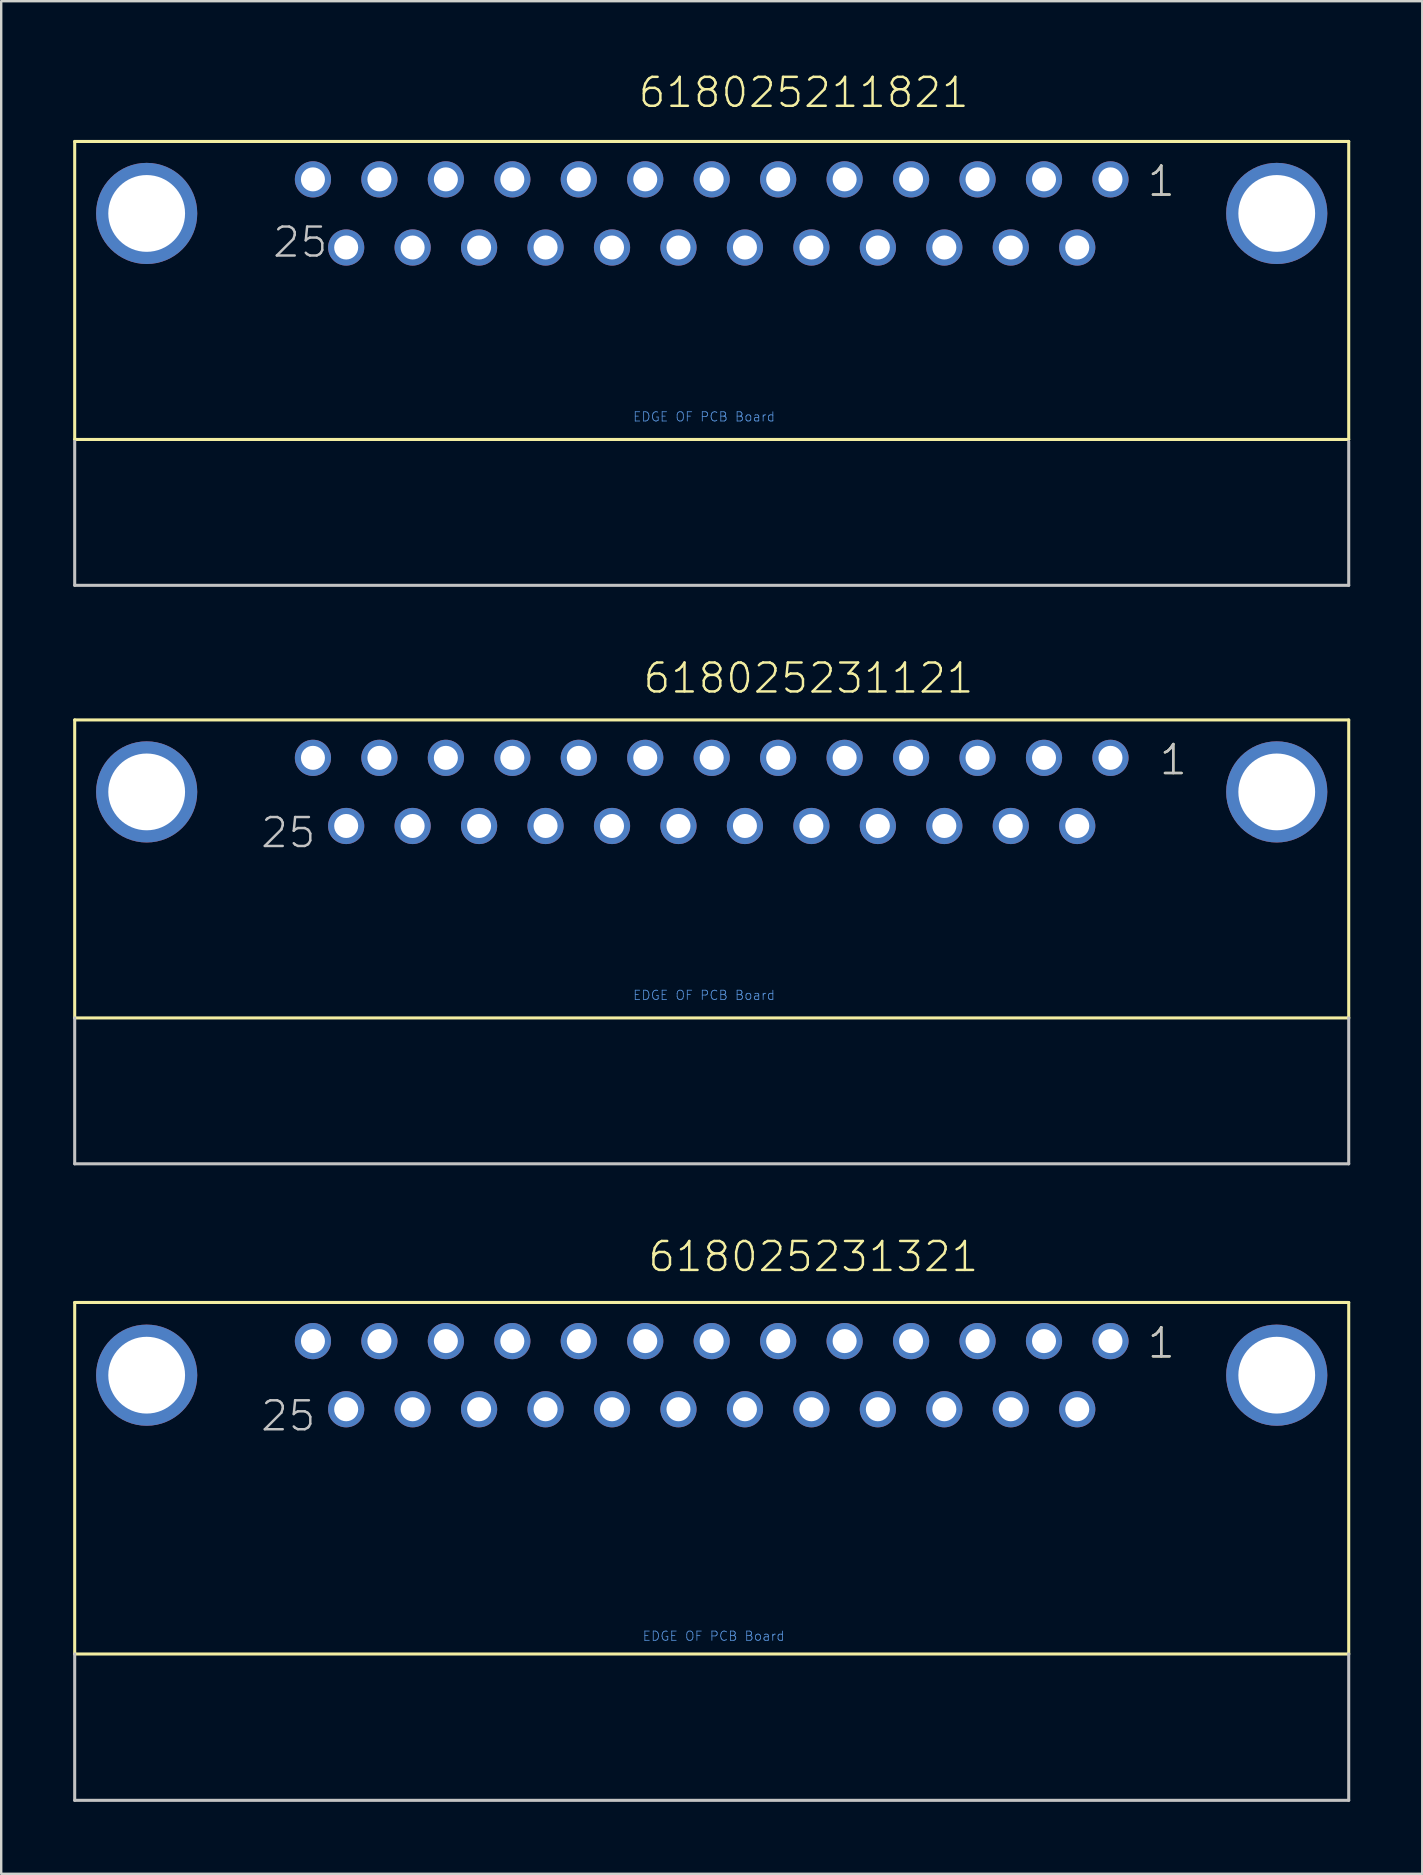
<source format=kicad_pcb>
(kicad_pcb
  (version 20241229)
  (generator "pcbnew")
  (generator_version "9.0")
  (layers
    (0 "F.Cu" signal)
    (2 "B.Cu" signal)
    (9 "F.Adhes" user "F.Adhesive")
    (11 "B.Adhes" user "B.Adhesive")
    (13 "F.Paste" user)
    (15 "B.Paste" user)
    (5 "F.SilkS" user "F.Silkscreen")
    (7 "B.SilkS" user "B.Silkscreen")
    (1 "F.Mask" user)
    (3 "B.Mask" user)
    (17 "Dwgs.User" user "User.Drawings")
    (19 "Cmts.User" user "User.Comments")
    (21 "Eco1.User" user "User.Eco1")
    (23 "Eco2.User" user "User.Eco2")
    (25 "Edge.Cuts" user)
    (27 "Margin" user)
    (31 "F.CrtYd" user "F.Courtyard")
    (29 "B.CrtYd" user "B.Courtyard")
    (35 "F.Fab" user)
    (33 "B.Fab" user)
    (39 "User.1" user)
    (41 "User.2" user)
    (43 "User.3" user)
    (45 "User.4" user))
  (footprint "618025231121"
    (layer "F.Cu")
    (at 26.613 29.956)
    (property "Reference" "618025231121" (at -2.925 -4.035 0) (layer "F.SilkS") (effects (font (size 1.206 1.206) (thickness 0.102)) (justify left bottom)))
    (attr through_hole)
    (fp_line (start -26.55 -3) (end 26.55 -3) (stroke (width 0.127) (type solid)) (layer "F.SilkS"))
    (fp_line (start -26.55 9.42) (end -26.55 -3) (stroke (width 0.127) (type solid)) (layer "F.SilkS"))
    (fp_line (start 26.55 -3) (end 26.55 9.42) (stroke (width 0.127) (type solid)) (layer "F.SilkS"))
    (fp_line (start 26.55 9.42) (end -26.55 9.42) (stroke (width 0.127) (type solid)) (layer "F.SilkS"))
    (fp_line (start -26.55 15.5) (end -26.55 9.42) (stroke (width 0.127) (type solid)) (layer "Dwgs.User"))
    (fp_line (start 26.55 9.42) (end 26.55 15.5) (stroke (width 0.127) (type solid)) (layer "Dwgs.User"))
    (fp_line (start 26.55 15.5) (end -26.55 15.5) (stroke (width 0.127) (type solid)) (layer "Dwgs.User"))
    (fp_text user "1" (at 18.595 -0.635 0) (layer "F.SilkS") (effects (font (size 1.206 1.206) (thickness 0.102)) (justify left bottom)))
    (fp_text user "1" (at 18.595 -0.635 0) (layer "Dwgs.User") (effects (font (size 1.206 1.206) (thickness 0.102)) (justify left bottom)))
    (fp_text user "25" (at -18.865 2.405 0) (layer "Dwgs.User") (effects (font (size 1.206 1.206) (thickness 0.102)) (justify left bottom)))
    (fp_text user "EDGE OF PCB Board" (at -3.3 8.7 0) (layer "Cmts.User") (effects (font (size 0.386 0.386) (thickness 0.033)) (justify left bottom)))
    (pad "1" thru_hole circle (at 16.62 -1.42) (size 1.508 1.508) (drill 1) (layers "*.Cu" "*.Mask"))
    (pad "2" thru_hole circle (at 13.85 -1.42) (size 1.508 1.508) (drill 1) (layers "*.Cu" "*.Mask"))
    (pad "3" thru_hole circle (at 11.08 -1.42) (size 1.508 1.508) (drill 1) (layers "*.Cu" "*.Mask"))
    (pad "4" thru_hole circle (at 8.31 -1.42) (size 1.508 1.508) (drill 1) (layers "*.Cu" "*.Mask"))
    (pad "5" thru_hole circle (at 5.54 -1.42) (size 1.508 1.508) (drill 1) (layers "*.Cu" "*.Mask"))
    (pad "6" thru_hole circle (at 2.77 -1.42) (size 1.508 1.508) (drill 1) (layers "*.Cu" "*.Mask"))
    (pad "7" thru_hole circle (at 0 -1.42) (size 1.508 1.508) (drill 1) (layers "*.Cu" "*.Mask"))
    (pad "8" thru_hole circle (at -2.77 -1.42) (size 1.508 1.508) (drill 1) (layers "*.Cu" "*.Mask"))
    (pad "9" thru_hole circle (at -5.54 -1.42) (size 1.508 1.508) (drill 1) (layers "*.Cu" "*.Mask"))
    (pad "10" thru_hole circle (at -8.31 -1.42) (size 1.508 1.508) (drill 1) (layers "*.Cu" "*.Mask"))
    (pad "11" thru_hole circle (at -11.08 -1.42) (size 1.508 1.508) (drill 1) (layers "*.Cu" "*.Mask"))
    (pad "12" thru_hole circle (at -13.85 -1.42) (size 1.508 1.508) (drill 1) (layers "*.Cu" "*.Mask"))
    (pad "13" thru_hole circle (at -16.62 -1.42) (size 1.508 1.508) (drill 1) (layers "*.Cu" "*.Mask"))
    (pad "14" thru_hole circle (at 15.235 1.42) (size 1.508 1.508) (drill 1) (layers "*.Cu" "*.Mask"))
    (pad "15" thru_hole circle (at 12.465 1.42) (size 1.508 1.508) (drill 1) (layers "*.Cu" "*.Mask"))
    (pad "16" thru_hole circle (at 9.695 1.42) (size 1.508 1.508) (drill 1) (layers "*.Cu" "*.Mask"))
    (pad "17" thru_hole circle (at 6.925 1.42) (size 1.508 1.508) (drill 1) (layers "*.Cu" "*.Mask"))
    (pad "18" thru_hole circle (at 4.155 1.42) (size 1.508 1.508) (drill 1) (layers "*.Cu" "*.Mask"))
    (pad "19" thru_hole circle (at 1.385 1.42) (size 1.508 1.508) (drill 1) (layers "*.Cu" "*.Mask"))
    (pad "20" thru_hole circle (at -1.385 1.42) (size 1.508 1.508) (drill 1) (layers "*.Cu" "*.Mask"))
    (pad "21" thru_hole circle (at -4.155 1.42) (size 1.508 1.508) (drill 1) (layers "*.Cu" "*.Mask"))
    (pad "22" thru_hole circle (at -6.925 1.42) (size 1.508 1.508) (drill 1) (layers "*.Cu" "*.Mask"))
    (pad "23" thru_hole circle (at -9.695 1.42) (size 1.508 1.508) (drill 1) (layers "*.Cu" "*.Mask"))
    (pad "24" thru_hole circle (at -12.465 1.42) (size 1.508 1.508) (drill 1) (layers "*.Cu" "*.Mask"))
    (pad "25" thru_hole circle (at -15.235 1.42) (size 1.508 1.508) (drill 1) (layers "*.Cu" "*.Mask"))
    (pad "SHEL" thru_hole circle (at -23.55 0) (size 4.216 4.216) (drill 3.2) (layers "*.Cu" "*.Mask"))
    (pad "SHEL" thru_hole circle (at 23.55 0) (size 4.216 4.216) (drill 3.2) (layers "*.Cu" "*.Mask")))
  (footprint "618025231321"
    (layer "F.Cu")
    (at 26.613 54.266)
    (property "Reference" "618025231321" (at -2.725 -4.235 0) (layer "F.SilkS") (effects (font (size 1.206 1.206) (thickness 0.102)) (justify left bottom)))
    (attr through_hole)
    (fp_line (start -26.55 -3.03) (end 26.55 -3.03) (stroke (width 0.127) (type solid)) (layer "F.SilkS"))
    (fp_line (start -26.55 11.62) (end -26.55 -3.03) (stroke (width 0.127) (type solid)) (layer "F.SilkS"))
    (fp_line (start 26.55 -3.03) (end 26.55 11.62) (stroke (width 0.127) (type solid)) (layer "F.SilkS"))
    (fp_line (start 26.55 11.62) (end -26.55 11.62) (stroke (width 0.127) (type solid)) (layer "F.SilkS"))
    (fp_line (start -26.55 17.72) (end -26.55 11.62) (stroke (width 0.127) (type solid)) (layer "Dwgs.User"))
    (fp_line (start 26.55 11.62) (end 26.55 17.72) (stroke (width 0.127) (type solid)) (layer "Dwgs.User"))
    (fp_line (start 26.55 17.72) (end -26.55 17.72) (stroke (width 0.127) (type solid)) (layer "Dwgs.User"))
    (fp_text user "1" (at 18.095 -0.635 0) (layer "F.SilkS") (effects (font (size 1.206 1.206) (thickness 0.102)) (justify left bottom)))
    (fp_text user "25" (at -18.865 2.405 0) (layer "Dwgs.User") (effects (font (size 1.206 1.206) (thickness 0.102)) (justify left bottom)))
    (fp_text user "1" (at 18.095 -0.635 0) (layer "Dwgs.User") (effects (font (size 1.206 1.206) (thickness 0.102)) (justify left bottom)))
    (fp_text user "EDGE OF PCB Board" (at -2.9 11.1 0) (layer "Cmts.User") (effects (font (size 0.386 0.386) (thickness 0.033)) (justify left bottom)))
    (pad "1" thru_hole circle (at 16.62 -1.42) (size 1.508 1.508) (drill 1) (layers "*.Cu" "*.Mask"))
    (pad "2" thru_hole circle (at 13.85 -1.42) (size 1.508 1.508) (drill 1) (layers "*.Cu" "*.Mask"))
    (pad "3" thru_hole circle (at 11.08 -1.42) (size 1.508 1.508) (drill 1) (layers "*.Cu" "*.Mask"))
    (pad "4" thru_hole circle (at 8.31 -1.42) (size 1.508 1.508) (drill 1) (layers "*.Cu" "*.Mask"))
    (pad "5" thru_hole circle (at 5.54 -1.42) (size 1.508 1.508) (drill 1) (layers "*.Cu" "*.Mask"))
    (pad "6" thru_hole circle (at 2.77 -1.42) (size 1.508 1.508) (drill 1) (layers "*.Cu" "*.Mask"))
    (pad "7" thru_hole circle (at 0 -1.42) (size 1.508 1.508) (drill 1) (layers "*.Cu" "*.Mask"))
    (pad "8" thru_hole circle (at -2.77 -1.42) (size 1.508 1.508) (drill 1) (layers "*.Cu" "*.Mask"))
    (pad "9" thru_hole circle (at -5.54 -1.42) (size 1.508 1.508) (drill 1) (layers "*.Cu" "*.Mask"))
    (pad "10" thru_hole circle (at -8.31 -1.42) (size 1.508 1.508) (drill 1) (layers "*.Cu" "*.Mask"))
    (pad "11" thru_hole circle (at -11.08 -1.42) (size 1.508 1.508) (drill 1) (layers "*.Cu" "*.Mask"))
    (pad "12" thru_hole circle (at -13.85 -1.42) (size 1.508 1.508) (drill 1) (layers "*.Cu" "*.Mask"))
    (pad "13" thru_hole circle (at -16.62 -1.42) (size 1.508 1.508) (drill 1) (layers "*.Cu" "*.Mask"))
    (pad "14" thru_hole circle (at 15.235 1.42) (size 1.508 1.508) (drill 1) (layers "*.Cu" "*.Mask"))
    (pad "15" thru_hole circle (at 12.465 1.42) (size 1.508 1.508) (drill 1) (layers "*.Cu" "*.Mask"))
    (pad "16" thru_hole circle (at 9.695 1.42) (size 1.508 1.508) (drill 1) (layers "*.Cu" "*.Mask"))
    (pad "17" thru_hole circle (at 6.925 1.42) (size 1.508 1.508) (drill 1) (layers "*.Cu" "*.Mask"))
    (pad "18" thru_hole circle (at 4.155 1.42) (size 1.508 1.508) (drill 1) (layers "*.Cu" "*.Mask"))
    (pad "19" thru_hole circle (at 1.385 1.42) (size 1.508 1.508) (drill 1) (layers "*.Cu" "*.Mask"))
    (pad "20" thru_hole circle (at -1.385 1.42) (size 1.508 1.508) (drill 1) (layers "*.Cu" "*.Mask"))
    (pad "21" thru_hole circle (at -4.155 1.42) (size 1.508 1.508) (drill 1) (layers "*.Cu" "*.Mask"))
    (pad "22" thru_hole circle (at -6.925 1.42) (size 1.508 1.508) (drill 1) (layers "*.Cu" "*.Mask"))
    (pad "23" thru_hole circle (at -9.695 1.42) (size 1.508 1.508) (drill 1) (layers "*.Cu" "*.Mask"))
    (pad "24" thru_hole circle (at -12.465 1.42) (size 1.508 1.508) (drill 1) (layers "*.Cu" "*.Mask"))
    (pad "25" thru_hole circle (at -15.235 1.42) (size 1.508 1.508) (drill 1) (layers "*.Cu" "*.Mask"))
    (pad "SHEL" thru_hole circle (at -23.55 0) (size 4.216 4.216) (drill 3.2) (layers "*.Cu" "*.Mask"))
    (pad "SHEL" thru_hole circle (at 23.55 0) (size 4.216 4.216) (drill 3.2) (layers "*.Cu" "*.Mask")))
  (footprint "618025211821"
    (layer "F.Cu")
    (at 26.613 5.846)
    (property "Reference" "618025211821" (at -3.125 -4.335 0) (layer "F.SilkS") (effects (font (size 1.206 1.206) (thickness 0.102)) (justify left bottom)))
    (attr through_hole)
    (fp_line (start -26.55 -3) (end 26.55 -3) (stroke (width 0.127) (type solid)) (layer "F.SilkS"))
    (fp_line (start -26.55 9.42) (end -26.55 -3) (stroke (width 0.127) (type solid)) (layer "F.SilkS"))
    (fp_line (start 26.55 -3) (end 26.55 9.42) (stroke (width 0.127) (type solid)) (layer "F.SilkS"))
    (fp_line (start 26.55 9.42) (end -26.55 9.42) (stroke (width 0.127) (type solid)) (layer "F.SilkS"))
    (fp_line (start -26.55 15.5) (end -26.55 9.5) (stroke (width 0.127) (type solid)) (layer "Dwgs.User"))
    (fp_line (start 26.55 9.5) (end 26.55 15.5) (stroke (width 0.127) (type solid)) (layer "Dwgs.User"))
    (fp_line (start 26.55 15.5) (end -26.55 15.5) (stroke (width 0.127) (type solid)) (layer "Dwgs.User"))
    (fp_text user "1" (at 18.095 -0.635 0) (layer "F.SilkS") (effects (font (size 1.206 1.206) (thickness 0.102)) (justify left bottom)))
    (fp_text user "25" (at -18.365 1.905 0) (layer "Dwgs.User") (effects (font (size 1.206 1.206) (thickness 0.102)) (justify left bottom)))
    (fp_text user "1" (at 18.095 -0.635 0) (layer "Dwgs.User") (effects (font (size 1.206 1.206) (thickness 0.102)) (justify left bottom)))
    (fp_text user "EDGE OF PCB Board" (at -3.3 8.7 0) (layer "Cmts.User") (effects (font (size 0.386 0.386) (thickness 0.033)) (justify left bottom)))
    (pad "1" thru_hole circle (at 16.62 -1.42) (size 1.508 1.508) (drill 1) (layers "*.Cu" "*.Mask"))
    (pad "2" thru_hole circle (at 13.85 -1.42) (size 1.508 1.508) (drill 1) (layers "*.Cu" "*.Mask"))
    (pad "3" thru_hole circle (at 11.08 -1.42) (size 1.508 1.508) (drill 1) (layers "*.Cu" "*.Mask"))
    (pad "4" thru_hole circle (at 8.31 -1.42) (size 1.508 1.508) (drill 1) (layers "*.Cu" "*.Mask"))
    (pad "5" thru_hole circle (at 5.54 -1.42) (size 1.508 1.508) (drill 1) (layers "*.Cu" "*.Mask"))
    (pad "6" thru_hole circle (at 2.77 -1.42) (size 1.508 1.508) (drill 1) (layers "*.Cu" "*.Mask"))
    (pad "7" thru_hole circle (at 0 -1.42) (size 1.508 1.508) (drill 1) (layers "*.Cu" "*.Mask"))
    (pad "8" thru_hole circle (at -2.77 -1.42) (size 1.508 1.508) (drill 1) (layers "*.Cu" "*.Mask"))
    (pad "9" thru_hole circle (at -5.54 -1.42) (size 1.508 1.508) (drill 1) (layers "*.Cu" "*.Mask"))
    (pad "10" thru_hole circle (at -8.31 -1.42) (size 1.508 1.508) (drill 1) (layers "*.Cu" "*.Mask"))
    (pad "11" thru_hole circle (at -11.08 -1.42) (size 1.508 1.508) (drill 1) (layers "*.Cu" "*.Mask"))
    (pad "12" thru_hole circle (at -13.85 -1.42) (size 1.508 1.508) (drill 1) (layers "*.Cu" "*.Mask"))
    (pad "13" thru_hole circle (at -16.62 -1.42) (size 1.508 1.508) (drill 1) (layers "*.Cu" "*.Mask"))
    (pad "14" thru_hole circle (at 15.235 1.42) (size 1.508 1.508) (drill 1) (layers "*.Cu" "*.Mask"))
    (pad "15" thru_hole circle (at 12.465 1.42) (size 1.508 1.508) (drill 1) (layers "*.Cu" "*.Mask"))
    (pad "16" thru_hole circle (at 9.695 1.42) (size 1.508 1.508) (drill 1) (layers "*.Cu" "*.Mask"))
    (pad "17" thru_hole circle (at 6.925 1.42) (size 1.508 1.508) (drill 1) (layers "*.Cu" "*.Mask"))
    (pad "18" thru_hole circle (at 4.155 1.42) (size 1.508 1.508) (drill 1) (layers "*.Cu" "*.Mask"))
    (pad "19" thru_hole circle (at 1.385 1.42) (size 1.508 1.508) (drill 1) (layers "*.Cu" "*.Mask"))
    (pad "20" thru_hole circle (at -1.385 1.42) (size 1.508 1.508) (drill 1) (layers "*.Cu" "*.Mask"))
    (pad "21" thru_hole circle (at -4.155 1.42) (size 1.508 1.508) (drill 1) (layers "*.Cu" "*.Mask"))
    (pad "22" thru_hole circle (at -6.925 1.42) (size 1.508 1.508) (drill 1) (layers "*.Cu" "*.Mask"))
    (pad "23" thru_hole circle (at -9.695 1.42) (size 1.508 1.508) (drill 1) (layers "*.Cu" "*.Mask"))
    (pad "24" thru_hole circle (at -12.465 1.42) (size 1.508 1.508) (drill 1) (layers "*.Cu" "*.Mask"))
    (pad "25" thru_hole circle (at -15.235 1.42) (size 1.508 1.508) (drill 1) (layers "*.Cu" "*.Mask"))
    (pad "SHEL" thru_hole circle (at -23.55 0) (size 4.216 4.216) (drill 3.2) (layers "*.Cu" "*.Mask"))
    (pad "SHEL" thru_hole circle (at 23.55 0) (size 4.216 4.216) (drill 3.2) (layers "*.Cu" "*.Mask")))
  (gr_rect
    (start -3 -3)
    (end 56.227 75.049)
    (stroke (width 0.1) (type default))
    (fill no)
    (layer "Edge.Cuts")))
</source>
